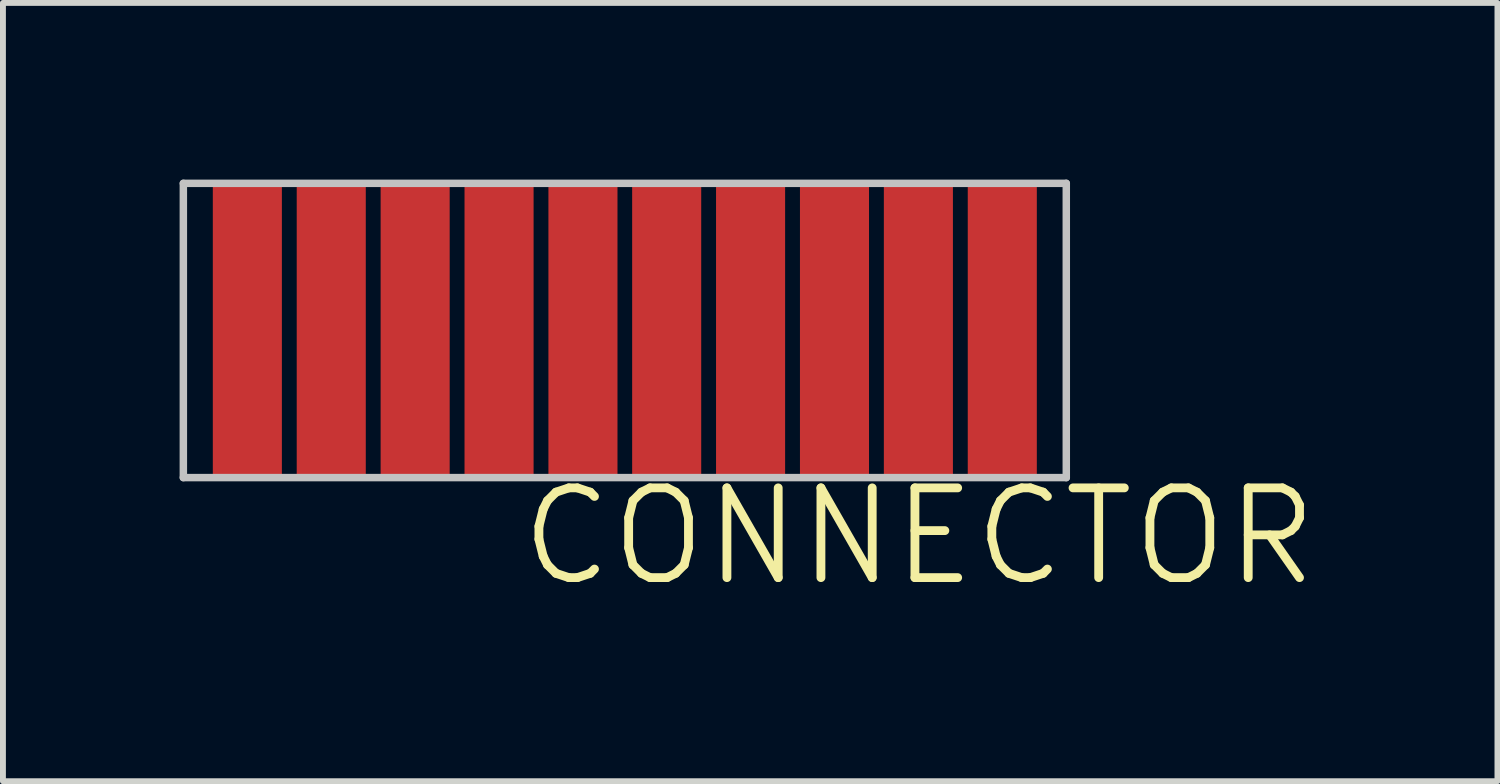
<source format=kicad_pcb>
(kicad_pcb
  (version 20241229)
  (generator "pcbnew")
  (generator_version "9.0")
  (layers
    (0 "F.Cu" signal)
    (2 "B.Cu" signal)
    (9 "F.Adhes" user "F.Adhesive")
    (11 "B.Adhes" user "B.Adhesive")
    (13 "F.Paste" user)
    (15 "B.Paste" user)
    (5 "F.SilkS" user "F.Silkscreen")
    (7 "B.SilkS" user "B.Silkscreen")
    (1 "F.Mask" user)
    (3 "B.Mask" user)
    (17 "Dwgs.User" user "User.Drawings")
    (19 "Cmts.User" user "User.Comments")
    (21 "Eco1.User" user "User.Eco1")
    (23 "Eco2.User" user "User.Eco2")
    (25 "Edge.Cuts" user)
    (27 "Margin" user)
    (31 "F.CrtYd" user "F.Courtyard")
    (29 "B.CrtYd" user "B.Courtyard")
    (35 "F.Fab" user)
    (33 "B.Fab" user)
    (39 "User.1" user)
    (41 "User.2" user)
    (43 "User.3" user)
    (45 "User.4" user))
  (footprint "CONNECTOR"
    (layer "F.Cu")
    (at 7.562 2.563)
    (property "Reference" "CONNECTOR" (at 5 3.5 0) (layer "F.SilkS") (effects (font (size 1.524 1.524) (thickness 0.15))))
    (attr smd)
    (fp_line (start -7.498 -2.499) (end -7.498 2.499) (stroke (width 0.127) (type solid)) (layer "Dwgs.User"))
    (fp_line (start -7.498 2.499) (end 7.498 2.499) (stroke (width 0.127) (type solid)) (layer "Dwgs.User"))
    (fp_line (start 7.498 -2.499) (end -7.498 -2.499) (stroke (width 0.127) (type solid)) (layer "Dwgs.User"))
    (fp_line (start 7.498 2.499) (end 7.498 -2.499) (stroke (width 0.127) (type solid)) (layer "Dwgs.User"))
    (pad "1" smd rect (at -6.411 0) (size 1.173 4.999) (layers "F.Cu" "F.Mask" "F.Paste"))
    (pad "2" smd rect (at -4.986 0) (size 1.173 4.999) (layers "F.Cu" "F.Mask" "F.Paste"))
    (pad "3" smd rect (at -3.561 0) (size 1.173 4.999) (layers "F.Cu" "F.Mask" "F.Paste"))
    (pad "4" smd rect (at -2.136 0) (size 1.173 4.999) (layers "F.Cu" "F.Mask" "F.Paste"))
    (pad "5" smd rect (at -0.711 0) (size 1.173 4.999) (layers "F.Cu" "F.Mask" "F.Paste"))
    (pad "6" smd rect (at 0.711 0) (size 1.173 4.999) (layers "F.Cu" "F.Mask" "F.Paste"))
    (pad "7" smd rect (at 2.136 0) (size 1.173 4.999) (layers "F.Cu" "F.Mask" "F.Paste"))
    (pad "8" smd rect (at 3.561 0) (size 1.173 4.999) (layers "F.Cu" "F.Mask" "F.Paste"))
    (pad "9" smd rect (at 4.986 0) (size 1.173 4.999) (layers "F.Cu" "F.Mask" "F.Paste"))
    (pad "10" smd rect (at 6.411 0) (size 1.173 4.999) (layers "F.Cu" "F.Mask" "F.Paste")))
  (gr_rect
    (start -3 -3)
    (end 22.383 10.218)
    (stroke (width 0.1) (type default))
    (fill no)
    (layer "Edge.Cuts")))
</source>
